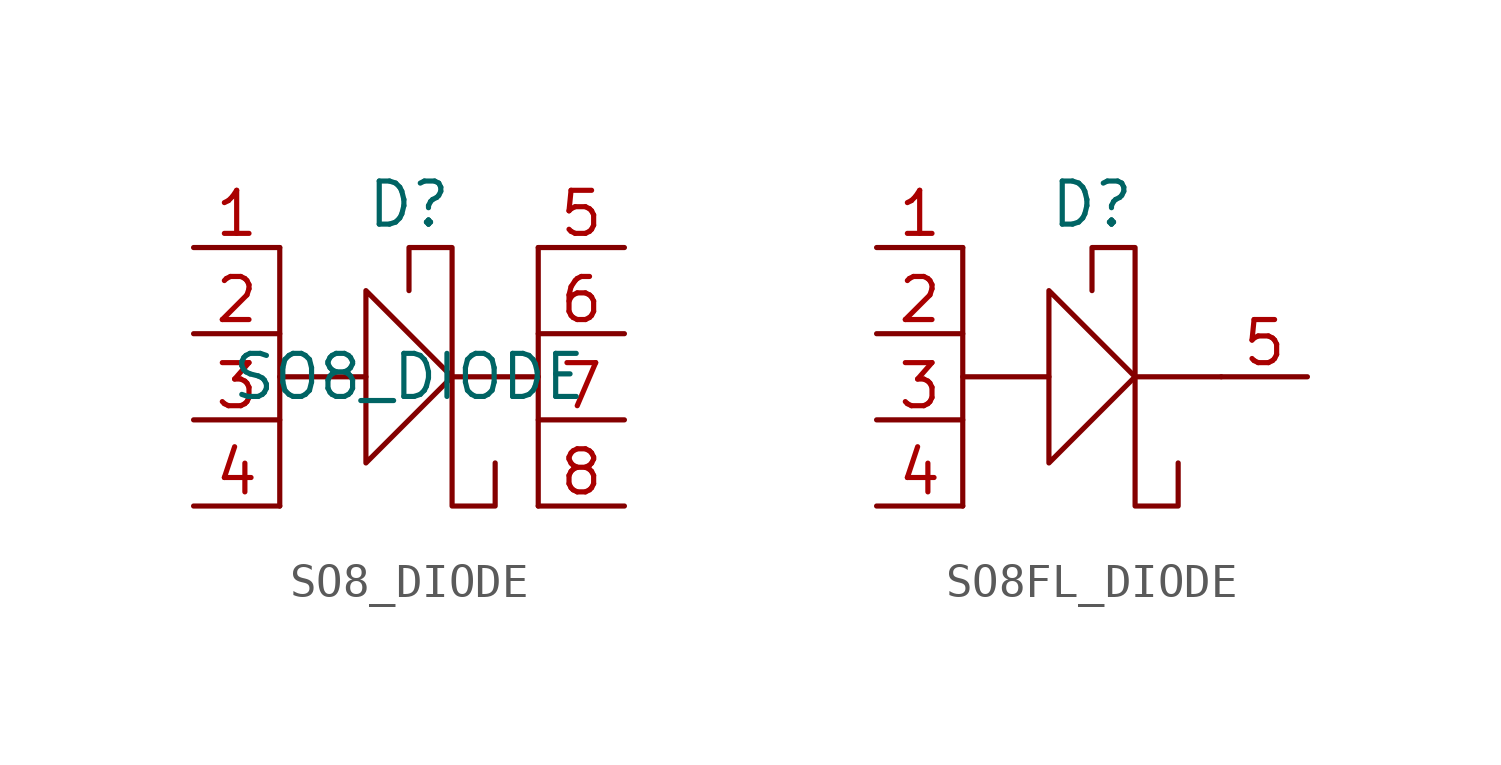
<source format=kicad_sym>
(kicad_symbol_lib
  (version 20220914)
  (generator kicad_symbol_editor)
  (symbol "SO8_DIODE"
    (property "Reference" "D"
      (at 0 5.08 0)
      (effects (font (size 1.27 1.27))))
    (property "Value" "SO8_DIODE"
      (at 0 0 0)
      (effects (font (size 1.27 1.27))))
    (symbol "SO8_DIODE_0_1"
      (polyline (pts (xy -1.27 0) (xy -3.81 0)) (stroke (width 0) (type default)) (fill (type none)))
      (polyline (pts (xy 1.27 0) (xy 3.81 0)) (stroke (width 0) (type default)) (fill (type none)))
      (polyline (pts (xy 3.81 3.81) (xy 3.81 -3.81)) (stroke (width 0) (type default)) (fill (type none)))
      (polyline (pts (xy -3.81 3.81) (xy -3.81 1.27) (xy -3.81 -3.81)) (stroke (width 0) (type default)) (fill (type none)))
      (polyline (pts (xy -1.27 2.54) (xy 1.27 0) (xy -1.27 -2.54) (xy -1.27 2.54)) (stroke (width 0) (type default)) (fill (type none)))
      (polyline (pts (xy 2.54 -2.54) (xy 2.54 -3.81) (xy 1.27 -3.81) (xy 1.27 3.81) (xy 0 3.81) (xy 0 2.54)) (stroke (width 0) (type default)) (fill (type none))))
    (symbol "SO8_DIODE_1_1"
      (pin input line (at -6.35 3.81 0) (length 2.54) (name "" (effects (font (size 1.27 1.27)))) (number "1" (effects (font (size 1.27 1.27)))))
      (pin input line (at -6.35 1.27 0) (length 2.54) (name "" (effects (font (size 1.27 1.27)))) (number "2" (effects (font (size 1.27 1.27)))))
      (pin input line (at -6.35 -1.27 0) (length 2.54) (name "" (effects (font (size 1.27 1.27)))) (number "3" (effects (font (size 1.27 1.27)))))
      (pin input line (at -6.35 -3.81 0) (length 2.54) (name "" (effects (font (size 1.27 1.27)))) (number "4" (effects (font (size 1.27 1.27)))))
      (pin output line (at 6.35 3.81 180) (length 2.54) (name "" (effects (font (size 1.27 1.27)))) (number "5" (effects (font (size 1.27 1.27)))))
      (pin output line (at 6.35 1.27 180) (length 2.54) (name "" (effects (font (size 1.27 1.27)))) (number "6" (effects (font (size 1.27 1.27)))))
      (pin output line (at 6.35 -1.27 180) (length 2.54) (name "" (effects (font (size 1.27 1.27)))) (number "7" (effects (font (size 1.27 1.27)))))
      (pin output line (at 6.35 -3.81 180) (length 2.54) (name "" (effects (font (size 1.27 1.27)))) (number "8" (effects (font (size 1.27 1.27)))))))
  (symbol "SO8FL_DIODE"
    (property "Reference" "D"
      (at 0 5.08 0)
      (effects (font (size 1.27 1.27))))
    (property "Value" ""
      (at 0 0 0)
      (effects (font (size 1.27 1.27))))
    (symbol "SO8FL_DIODE_0_1"
      (polyline (pts (xy -1.27 0) (xy -3.81 0)) (stroke (width 0) (type default)) (fill (type none)))
      (polyline (pts (xy 1.27 0) (xy 3.81 0)) (stroke (width 0) (type default)) (fill (type none)))
      (polyline (pts (xy -3.81 3.81) (xy -3.81 1.27) (xy -3.81 -3.81)) (stroke (width 0) (type default)) (fill (type none)))
      (polyline (pts (xy -1.27 2.54) (xy 1.27 0) (xy -1.27 -2.54) (xy -1.27 2.54)) (stroke (width 0) (type default)) (fill (type none)))
      (polyline (pts (xy 2.54 -2.54) (xy 2.54 -3.81) (xy 1.27 -3.81) (xy 1.27 3.81) (xy 0 3.81) (xy 0 2.54)) (stroke (width 0) (type default)) (fill (type none))))
    (symbol "SO8FL_DIODE_1_1"
      (pin input line (at -6.35 3.81 0) (length 2.54) (name "" (effects (font (size 1.27 1.27)))) (number "1" (effects (font (size 1.27 1.27)))))
      (pin input line (at -6.35 1.27 0) (length 2.54) (name "" (effects (font (size 1.27 1.27)))) (number "2" (effects (font (size 1.27 1.27)))))
      (pin input line (at -6.35 -1.27 0) (length 2.54) (name "" (effects (font (size 1.27 1.27)))) (number "3" (effects (font (size 1.27 1.27)))))
      (pin input line (at -6.35 -3.81 0) (length 2.54) (name "" (effects (font (size 1.27 1.27)))) (number "4" (effects (font (size 1.27 1.27)))))
      (pin output line (at 6.35 0 180) (length 2.54) (name "" (effects (font (size 1.27 1.27)))) (number "5" (effects (font (size 1.27 1.27))))))))
</source>
